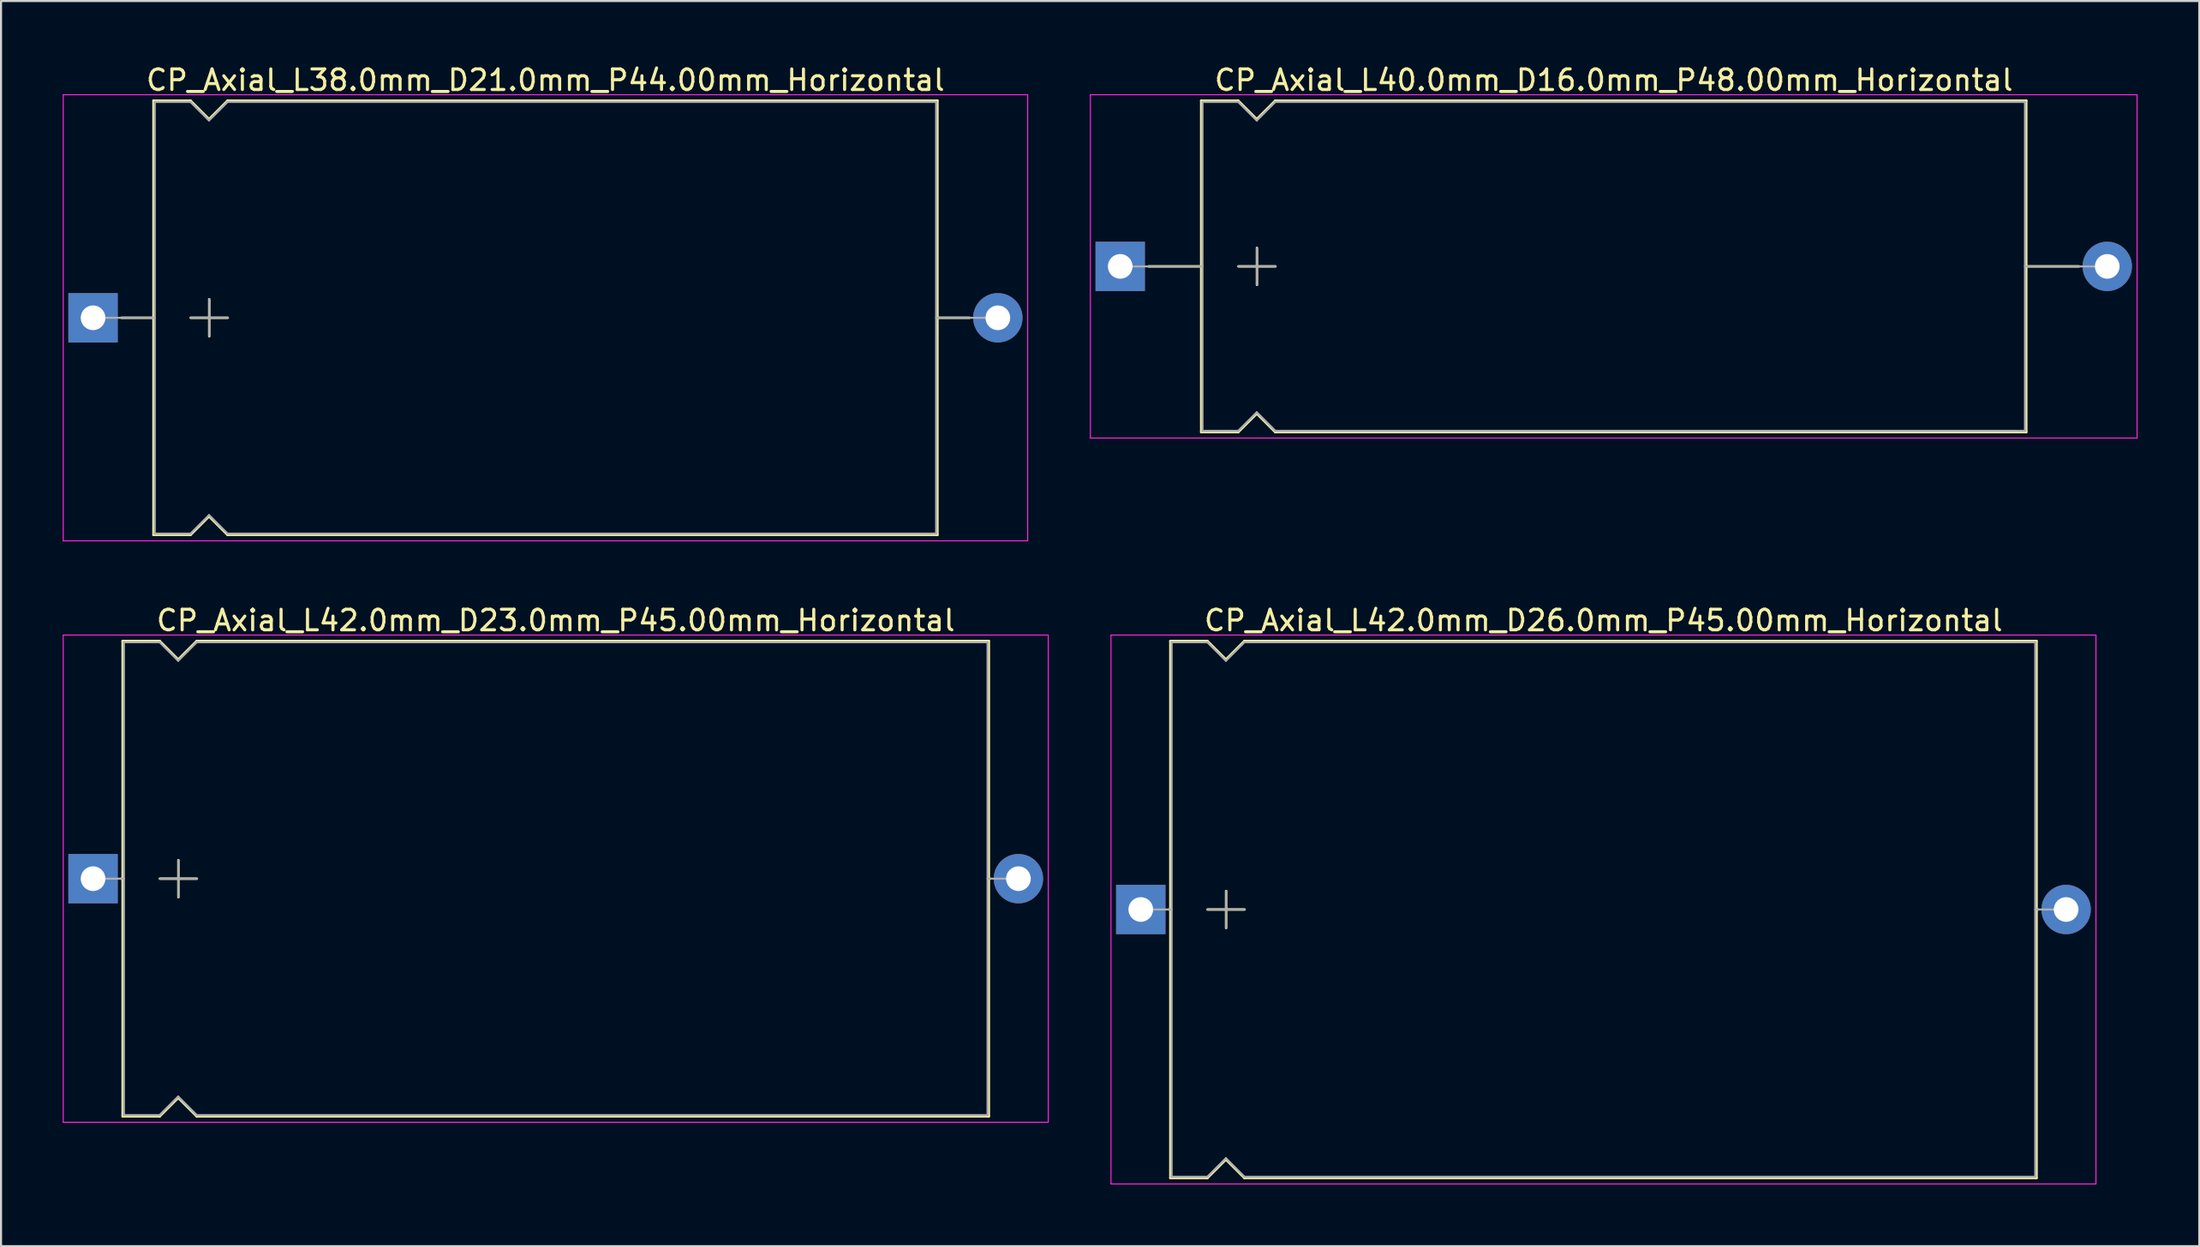
<source format=kicad_pcb>
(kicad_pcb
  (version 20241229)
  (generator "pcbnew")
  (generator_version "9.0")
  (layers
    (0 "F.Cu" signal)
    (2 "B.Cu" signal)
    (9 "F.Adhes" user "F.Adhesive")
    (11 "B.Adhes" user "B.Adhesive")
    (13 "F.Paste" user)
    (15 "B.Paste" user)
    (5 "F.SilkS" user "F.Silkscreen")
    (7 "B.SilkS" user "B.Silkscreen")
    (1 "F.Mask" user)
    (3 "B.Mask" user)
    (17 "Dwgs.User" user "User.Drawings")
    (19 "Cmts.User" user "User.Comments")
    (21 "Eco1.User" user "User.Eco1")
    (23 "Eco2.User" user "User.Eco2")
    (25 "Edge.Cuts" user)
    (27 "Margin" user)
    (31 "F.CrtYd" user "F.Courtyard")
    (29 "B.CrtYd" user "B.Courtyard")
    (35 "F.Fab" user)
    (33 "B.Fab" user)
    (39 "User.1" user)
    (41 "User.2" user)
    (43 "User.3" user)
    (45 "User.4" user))
  (footprint "CP_Axial_L38.0mm_D21.0mm_P44.00mm_Horizontal"
    (layer "F.Cu")
    (at 1.475 12.408)
    (property "Reference" "CP_Axial_L38.0mm_D21.0mm_P44.00mm_Horizontal" (at 22 -11.56 0) (layer "F.SilkS") (effects (font (size 1 1) (thickness 0.15))))
    (attr through_hole)
    (fp_line (start 1.38 0) (end 2.94 0) (stroke (width 0.12) (type solid)) (layer "F.SilkS"))
    (fp_line (start 2.94 -10.56) (end 2.94 10.56) (stroke (width 0.12) (type solid)) (layer "F.SilkS"))
    (fp_line (start 2.94 -10.56) (end 4.74 -10.56) (stroke (width 0.12) (type solid)) (layer "F.SilkS"))
    (fp_line (start 2.94 10.56) (end 4.74 10.56) (stroke (width 0.12) (type solid)) (layer "F.SilkS"))
    (fp_line (start 4.74 -10.56) (end 5.64 -9.66) (stroke (width 0.12) (type solid)) (layer "F.SilkS"))
    (fp_line (start 4.74 10.56) (end 5.64 9.66) (stroke (width 0.12) (type solid)) (layer "F.SilkS"))
    (fp_line (start 4.75 0) (end 6.55 0) (stroke (width 0.12) (type solid)) (layer "F.SilkS"))
    (fp_line (start 5.64 -9.66) (end 6.54 -10.56) (stroke (width 0.12) (type solid)) (layer "F.SilkS"))
    (fp_line (start 5.64 9.66) (end 6.54 10.56) (stroke (width 0.12) (type solid)) (layer "F.SilkS"))
    (fp_line (start 5.65 -0.9) (end 5.65 0.9) (stroke (width 0.12) (type solid)) (layer "F.SilkS"))
    (fp_line (start 6.54 -10.56) (end 41.06 -10.56) (stroke (width 0.12) (type solid)) (layer "F.SilkS"))
    (fp_line (start 6.54 10.56) (end 41.06 10.56) (stroke (width 0.12) (type solid)) (layer "F.SilkS"))
    (fp_line (start 41.06 -10.56) (end 41.06 10.56) (stroke (width 0.12) (type solid)) (layer "F.SilkS"))
    (fp_line (start 42.62 0) (end 41.06 0) (stroke (width 0.12) (type solid)) (layer "F.SilkS"))
    (fp_line (start -1.45 -10.85) (end -1.45 10.85) (stroke (width 0.05) (type solid)) (layer "F.CrtYd"))
    (fp_line (start -1.45 10.85) (end 45.45 10.85) (stroke (width 0.05) (type solid)) (layer "F.CrtYd"))
    (fp_line (start 45.45 -10.85) (end -1.45 -10.85) (stroke (width 0.05) (type solid)) (layer "F.CrtYd"))
    (fp_line (start 45.45 10.85) (end 45.45 -10.85) (stroke (width 0.05) (type solid)) (layer "F.CrtYd"))
    (fp_line (start 0 0) (end 3 0) (stroke (width 0.1) (type solid)) (layer "F.Fab"))
    (fp_line (start 3 -10.5) (end 3 10.5) (stroke (width 0.1) (type solid)) (layer "F.Fab"))
    (fp_line (start 3 -10.5) (end 4.74 -10.5) (stroke (width 0.1) (type solid)) (layer "F.Fab"))
    (fp_line (start 3 10.5) (end 4.74 10.5) (stroke (width 0.1) (type solid)) (layer "F.Fab"))
    (fp_line (start 4.74 -10.5) (end 5.64 -9.6) (stroke (width 0.1) (type solid)) (layer "F.Fab"))
    (fp_line (start 4.74 10.5) (end 5.64 9.6) (stroke (width 0.1) (type solid)) (layer "F.Fab"))
    (fp_line (start 4.75 0) (end 6.55 0) (stroke (width 0.1) (type solid)) (layer "F.Fab"))
    (fp_line (start 5.64 -9.6) (end 6.54 -10.5) (stroke (width 0.1) (type solid)) (layer "F.Fab"))
    (fp_line (start 5.64 9.6) (end 6.54 10.5) (stroke (width 0.1) (type solid)) (layer "F.Fab"))
    (fp_line (start 5.65 -0.9) (end 5.65 0.9) (stroke (width 0.1) (type solid)) (layer "F.Fab"))
    (fp_line (start 6.54 -10.5) (end 41 -10.5) (stroke (width 0.1) (type solid)) (layer "F.Fab"))
    (fp_line (start 6.54 10.5) (end 41 10.5) (stroke (width 0.1) (type solid)) (layer "F.Fab"))
    (fp_line (start 41 -10.5) (end 41 10.5) (stroke (width 0.1) (type solid)) (layer "F.Fab"))
    (fp_line (start 44 0) (end 41 0) (stroke (width 0.1) (type solid)) (layer "F.Fab"))
    (pad "1" thru_hole rect (at 0 0) (size 2.4 2.4) (drill 1.2) (layers "*.Cu" "*.Mask"))
    (pad "2" thru_hole oval (at 44 0) (size 2.4 2.4) (drill 1.2) (layers "*.Cu" "*.Mask")))
  (footprint "CP_Axial_L40.0mm_D16.0mm_P48.00mm_Horizontal"
    (layer "F.Cu")
    (at 51.425 9.908)
    (property "Reference" "CP_Axial_L40.0mm_D16.0mm_P48.00mm_Horizontal" (at 24 -9.06 0) (layer "F.SilkS") (effects (font (size 1 1) (thickness 0.15))))
    (attr through_hole)
    (fp_line (start 1.38 0) (end 3.94 0) (stroke (width 0.12) (type solid)) (layer "F.SilkS"))
    (fp_line (start 3.94 -8.06) (end 3.94 8.06) (stroke (width 0.12) (type solid)) (layer "F.SilkS"))
    (fp_line (start 3.94 -8.06) (end 5.74 -8.06) (stroke (width 0.12) (type solid)) (layer "F.SilkS"))
    (fp_line (start 3.94 8.06) (end 5.74 8.06) (stroke (width 0.12) (type solid)) (layer "F.SilkS"))
    (fp_line (start 5.74 -8.06) (end 6.64 -7.16) (stroke (width 0.12) (type solid)) (layer "F.SilkS"))
    (fp_line (start 5.74 8.06) (end 6.64 7.16) (stroke (width 0.12) (type solid)) (layer "F.SilkS"))
    (fp_line (start 5.75 0) (end 7.55 0) (stroke (width 0.12) (type solid)) (layer "F.SilkS"))
    (fp_line (start 6.64 -7.16) (end 7.54 -8.06) (stroke (width 0.12) (type solid)) (layer "F.SilkS"))
    (fp_line (start 6.64 7.16) (end 7.54 8.06) (stroke (width 0.12) (type solid)) (layer "F.SilkS"))
    (fp_line (start 6.65 -0.9) (end 6.65 0.9) (stroke (width 0.12) (type solid)) (layer "F.SilkS"))
    (fp_line (start 7.54 -8.06) (end 44.06 -8.06) (stroke (width 0.12) (type solid)) (layer "F.SilkS"))
    (fp_line (start 7.54 8.06) (end 44.06 8.06) (stroke (width 0.12) (type solid)) (layer "F.SilkS"))
    (fp_line (start 44.06 -8.06) (end 44.06 8.06) (stroke (width 0.12) (type solid)) (layer "F.SilkS"))
    (fp_line (start 46.62 0) (end 44.06 0) (stroke (width 0.12) (type solid)) (layer "F.SilkS"))
    (fp_line (start -1.45 -8.35) (end -1.45 8.35) (stroke (width 0.05) (type solid)) (layer "F.CrtYd"))
    (fp_line (start -1.45 8.35) (end 49.45 8.35) (stroke (width 0.05) (type solid)) (layer "F.CrtYd"))
    (fp_line (start 49.45 -8.35) (end -1.45 -8.35) (stroke (width 0.05) (type solid)) (layer "F.CrtYd"))
    (fp_line (start 49.45 8.35) (end 49.45 -8.35) (stroke (width 0.05) (type solid)) (layer "F.CrtYd"))
    (fp_line (start 0 0) (end 4 0) (stroke (width 0.1) (type solid)) (layer "F.Fab"))
    (fp_line (start 4 -8) (end 4 8) (stroke (width 0.1) (type solid)) (layer "F.Fab"))
    (fp_line (start 4 -8) (end 5.74 -8) (stroke (width 0.1) (type solid)) (layer "F.Fab"))
    (fp_line (start 4 8) (end 5.74 8) (stroke (width 0.1) (type solid)) (layer "F.Fab"))
    (fp_line (start 5.74 -8) (end 6.64 -7.1) (stroke (width 0.1) (type solid)) (layer "F.Fab"))
    (fp_line (start 5.74 8) (end 6.64 7.1) (stroke (width 0.1) (type solid)) (layer "F.Fab"))
    (fp_line (start 5.75 0) (end 7.55 0) (stroke (width 0.1) (type solid)) (layer "F.Fab"))
    (fp_line (start 6.64 -7.1) (end 7.54 -8) (stroke (width 0.1) (type solid)) (layer "F.Fab"))
    (fp_line (start 6.64 7.1) (end 7.54 8) (stroke (width 0.1) (type solid)) (layer "F.Fab"))
    (fp_line (start 6.65 -0.9) (end 6.65 0.9) (stroke (width 0.1) (type solid)) (layer "F.Fab"))
    (fp_line (start 7.54 -8) (end 44 -8) (stroke (width 0.1) (type solid)) (layer "F.Fab"))
    (fp_line (start 7.54 8) (end 44 8) (stroke (width 0.1) (type solid)) (layer "F.Fab"))
    (fp_line (start 44 -8) (end 44 8) (stroke (width 0.1) (type solid)) (layer "F.Fab"))
    (fp_line (start 48 0) (end 44 0) (stroke (width 0.1) (type solid)) (layer "F.Fab"))
    (pad "1" thru_hole rect (at 0 0) (size 2.4 2.4) (drill 1.2) (layers "*.Cu" "*.Mask"))
    (pad "2" thru_hole oval (at 48 0) (size 2.4 2.4) (drill 1.2) (layers "*.Cu" "*.Mask")))
  (footprint "CP_Axial_L42.0mm_D26.0mm_P45.00mm_Horizontal"
    (layer "F.Cu")
    (at 52.425 41.191)
    (property "Reference" "CP_Axial_L42.0mm_D26.0mm_P45.00mm_Horizontal" (at 22.5 -14.06 0) (layer "F.SilkS") (effects (font (size 1 1) (thickness 0.15))))
    (attr through_hole)
    (fp_line (start 1.38 0) (end 1.44 0) (stroke (width 0.12) (type solid)) (layer "F.SilkS"))
    (fp_line (start 1.44 -13.06) (end 1.44 13.06) (stroke (width 0.12) (type solid)) (layer "F.SilkS"))
    (fp_line (start 1.44 -13.06) (end 3.24 -13.06) (stroke (width 0.12) (type solid)) (layer "F.SilkS"))
    (fp_line (start 1.44 13.06) (end 3.24 13.06) (stroke (width 0.12) (type solid)) (layer "F.SilkS"))
    (fp_line (start 3.24 -13.06) (end 4.14 -12.16) (stroke (width 0.12) (type solid)) (layer "F.SilkS"))
    (fp_line (start 3.24 13.06) (end 4.14 12.16) (stroke (width 0.12) (type solid)) (layer "F.SilkS"))
    (fp_line (start 3.25 0) (end 5.05 0) (stroke (width 0.12) (type solid)) (layer "F.SilkS"))
    (fp_line (start 4.14 -12.16) (end 5.04 -13.06) (stroke (width 0.12) (type solid)) (layer "F.SilkS"))
    (fp_line (start 4.14 12.16) (end 5.04 13.06) (stroke (width 0.12) (type solid)) (layer "F.SilkS"))
    (fp_line (start 4.15 -0.9) (end 4.15 0.9) (stroke (width 0.12) (type solid)) (layer "F.SilkS"))
    (fp_line (start 5.04 -13.06) (end 43.56 -13.06) (stroke (width 0.12) (type solid)) (layer "F.SilkS"))
    (fp_line (start 5.04 13.06) (end 43.56 13.06) (stroke (width 0.12) (type solid)) (layer "F.SilkS"))
    (fp_line (start 43.56 -13.06) (end 43.56 13.06) (stroke (width 0.12) (type solid)) (layer "F.SilkS"))
    (fp_line (start 43.62 0) (end 43.56 0) (stroke (width 0.12) (type solid)) (layer "F.SilkS"))
    (fp_line (start -1.45 -13.35) (end -1.45 13.35) (stroke (width 0.05) (type solid)) (layer "F.CrtYd"))
    (fp_line (start -1.45 13.35) (end 46.45 13.35) (stroke (width 0.05) (type solid)) (layer "F.CrtYd"))
    (fp_line (start 46.45 -13.35) (end -1.45 -13.35) (stroke (width 0.05) (type solid)) (layer "F.CrtYd"))
    (fp_line (start 46.45 13.35) (end 46.45 -13.35) (stroke (width 0.05) (type solid)) (layer "F.CrtYd"))
    (fp_line (start 0 0) (end 1.5 0) (stroke (width 0.1) (type solid)) (layer "F.Fab"))
    (fp_line (start 1.5 -13) (end 1.5 13) (stroke (width 0.1) (type solid)) (layer "F.Fab"))
    (fp_line (start 1.5 -13) (end 3.24 -13) (stroke (width 0.1) (type solid)) (layer "F.Fab"))
    (fp_line (start 1.5 13) (end 3.24 13) (stroke (width 0.1) (type solid)) (layer "F.Fab"))
    (fp_line (start 3.24 -13) (end 4.14 -12.1) (stroke (width 0.1) (type solid)) (layer "F.Fab"))
    (fp_line (start 3.24 13) (end 4.14 12.1) (stroke (width 0.1) (type solid)) (layer "F.Fab"))
    (fp_line (start 3.25 0) (end 5.05 0) (stroke (width 0.1) (type solid)) (layer "F.Fab"))
    (fp_line (start 4.14 -12.1) (end 5.04 -13) (stroke (width 0.1) (type solid)) (layer "F.Fab"))
    (fp_line (start 4.14 12.1) (end 5.04 13) (stroke (width 0.1) (type solid)) (layer "F.Fab"))
    (fp_line (start 4.15 -0.9) (end 4.15 0.9) (stroke (width 0.1) (type solid)) (layer "F.Fab"))
    (fp_line (start 5.04 -13) (end 43.5 -13) (stroke (width 0.1) (type solid)) (layer "F.Fab"))
    (fp_line (start 5.04 13) (end 43.5 13) (stroke (width 0.1) (type solid)) (layer "F.Fab"))
    (fp_line (start 43.5 -13) (end 43.5 13) (stroke (width 0.1) (type solid)) (layer "F.Fab"))
    (fp_line (start 45 0) (end 43.5 0) (stroke (width 0.1) (type solid)) (layer "F.Fab"))
    (pad "1" thru_hole rect (at 0 0) (size 2.4 2.4) (drill 1.2) (layers "*.Cu" "*.Mask"))
    (pad "2" thru_hole oval (at 45 0) (size 2.4 2.4) (drill 1.2) (layers "*.Cu" "*.Mask")))
  (footprint "CP_Axial_L42.0mm_D23.0mm_P45.00mm_Horizontal"
    (layer "F.Cu")
    (at 1.475 39.691)
    (property "Reference" "CP_Axial_L42.0mm_D23.0mm_P45.00mm_Horizontal" (at 22.5 -12.56 0) (layer "F.SilkS") (effects (font (size 1 1) (thickness 0.15))))
    (attr through_hole)
    (fp_line (start 1.38 0) (end 1.44 0) (stroke (width 0.12) (type solid)) (layer "F.SilkS"))
    (fp_line (start 1.44 -11.56) (end 1.44 11.56) (stroke (width 0.12) (type solid)) (layer "F.SilkS"))
    (fp_line (start 1.44 -11.56) (end 3.24 -11.56) (stroke (width 0.12) (type solid)) (layer "F.SilkS"))
    (fp_line (start 1.44 11.56) (end 3.24 11.56) (stroke (width 0.12) (type solid)) (layer "F.SilkS"))
    (fp_line (start 3.24 -11.56) (end 4.14 -10.66) (stroke (width 0.12) (type solid)) (layer "F.SilkS"))
    (fp_line (start 3.24 11.56) (end 4.14 10.66) (stroke (width 0.12) (type solid)) (layer "F.SilkS"))
    (fp_line (start 3.25 0) (end 5.05 0) (stroke (width 0.12) (type solid)) (layer "F.SilkS"))
    (fp_line (start 4.14 -10.66) (end 5.04 -11.56) (stroke (width 0.12) (type solid)) (layer "F.SilkS"))
    (fp_line (start 4.14 10.66) (end 5.04 11.56) (stroke (width 0.12) (type solid)) (layer "F.SilkS"))
    (fp_line (start 4.15 -0.9) (end 4.15 0.9) (stroke (width 0.12) (type solid)) (layer "F.SilkS"))
    (fp_line (start 5.04 -11.56) (end 43.56 -11.56) (stroke (width 0.12) (type solid)) (layer "F.SilkS"))
    (fp_line (start 5.04 11.56) (end 43.56 11.56) (stroke (width 0.12) (type solid)) (layer "F.SilkS"))
    (fp_line (start 43.56 -11.56) (end 43.56 11.56) (stroke (width 0.12) (type solid)) (layer "F.SilkS"))
    (fp_line (start 43.62 0) (end 43.56 0) (stroke (width 0.12) (type solid)) (layer "F.SilkS"))
    (fp_line (start -1.45 -11.85) (end -1.45 11.85) (stroke (width 0.05) (type solid)) (layer "F.CrtYd"))
    (fp_line (start -1.45 11.85) (end 46.45 11.85) (stroke (width 0.05) (type solid)) (layer "F.CrtYd"))
    (fp_line (start 46.45 -11.85) (end -1.45 -11.85) (stroke (width 0.05) (type solid)) (layer "F.CrtYd"))
    (fp_line (start 46.45 11.85) (end 46.45 -11.85) (stroke (width 0.05) (type solid)) (layer "F.CrtYd"))
    (fp_line (start 0 0) (end 1.5 0) (stroke (width 0.1) (type solid)) (layer "F.Fab"))
    (fp_line (start 1.5 -11.5) (end 1.5 11.5) (stroke (width 0.1) (type solid)) (layer "F.Fab"))
    (fp_line (start 1.5 -11.5) (end 3.24 -11.5) (stroke (width 0.1) (type solid)) (layer "F.Fab"))
    (fp_line (start 1.5 11.5) (end 3.24 11.5) (stroke (width 0.1) (type solid)) (layer "F.Fab"))
    (fp_line (start 3.24 -11.5) (end 4.14 -10.6) (stroke (width 0.1) (type solid)) (layer "F.Fab"))
    (fp_line (start 3.24 11.5) (end 4.14 10.6) (stroke (width 0.1) (type solid)) (layer "F.Fab"))
    (fp_line (start 3.25 0) (end 5.05 0) (stroke (width 0.1) (type solid)) (layer "F.Fab"))
    (fp_line (start 4.14 -10.6) (end 5.04 -11.5) (stroke (width 0.1) (type solid)) (layer "F.Fab"))
    (fp_line (start 4.14 10.6) (end 5.04 11.5) (stroke (width 0.1) (type solid)) (layer "F.Fab"))
    (fp_line (start 4.15 -0.9) (end 4.15 0.9) (stroke (width 0.1) (type solid)) (layer "F.Fab"))
    (fp_line (start 5.04 -11.5) (end 43.5 -11.5) (stroke (width 0.1) (type solid)) (layer "F.Fab"))
    (fp_line (start 5.04 11.5) (end 43.5 11.5) (stroke (width 0.1) (type solid)) (layer "F.Fab"))
    (fp_line (start 43.5 -11.5) (end 43.5 11.5) (stroke (width 0.1) (type solid)) (layer "F.Fab"))
    (fp_line (start 45 0) (end 43.5 0) (stroke (width 0.1) (type solid)) (layer "F.Fab"))
    (pad "1" thru_hole rect (at 0 0) (size 2.4 2.4) (drill 1.2) (layers "*.Cu" "*.Mask"))
    (pad "2" thru_hole oval (at 45 0) (size 2.4 2.4) (drill 1.2) (layers "*.Cu" "*.Mask")))
  (gr_rect
    (start -3 -3)
    (end 103.9 57.566)
    (stroke (width 0.1) (type default))
    (fill no)
    (layer "Edge.Cuts")))
</source>
